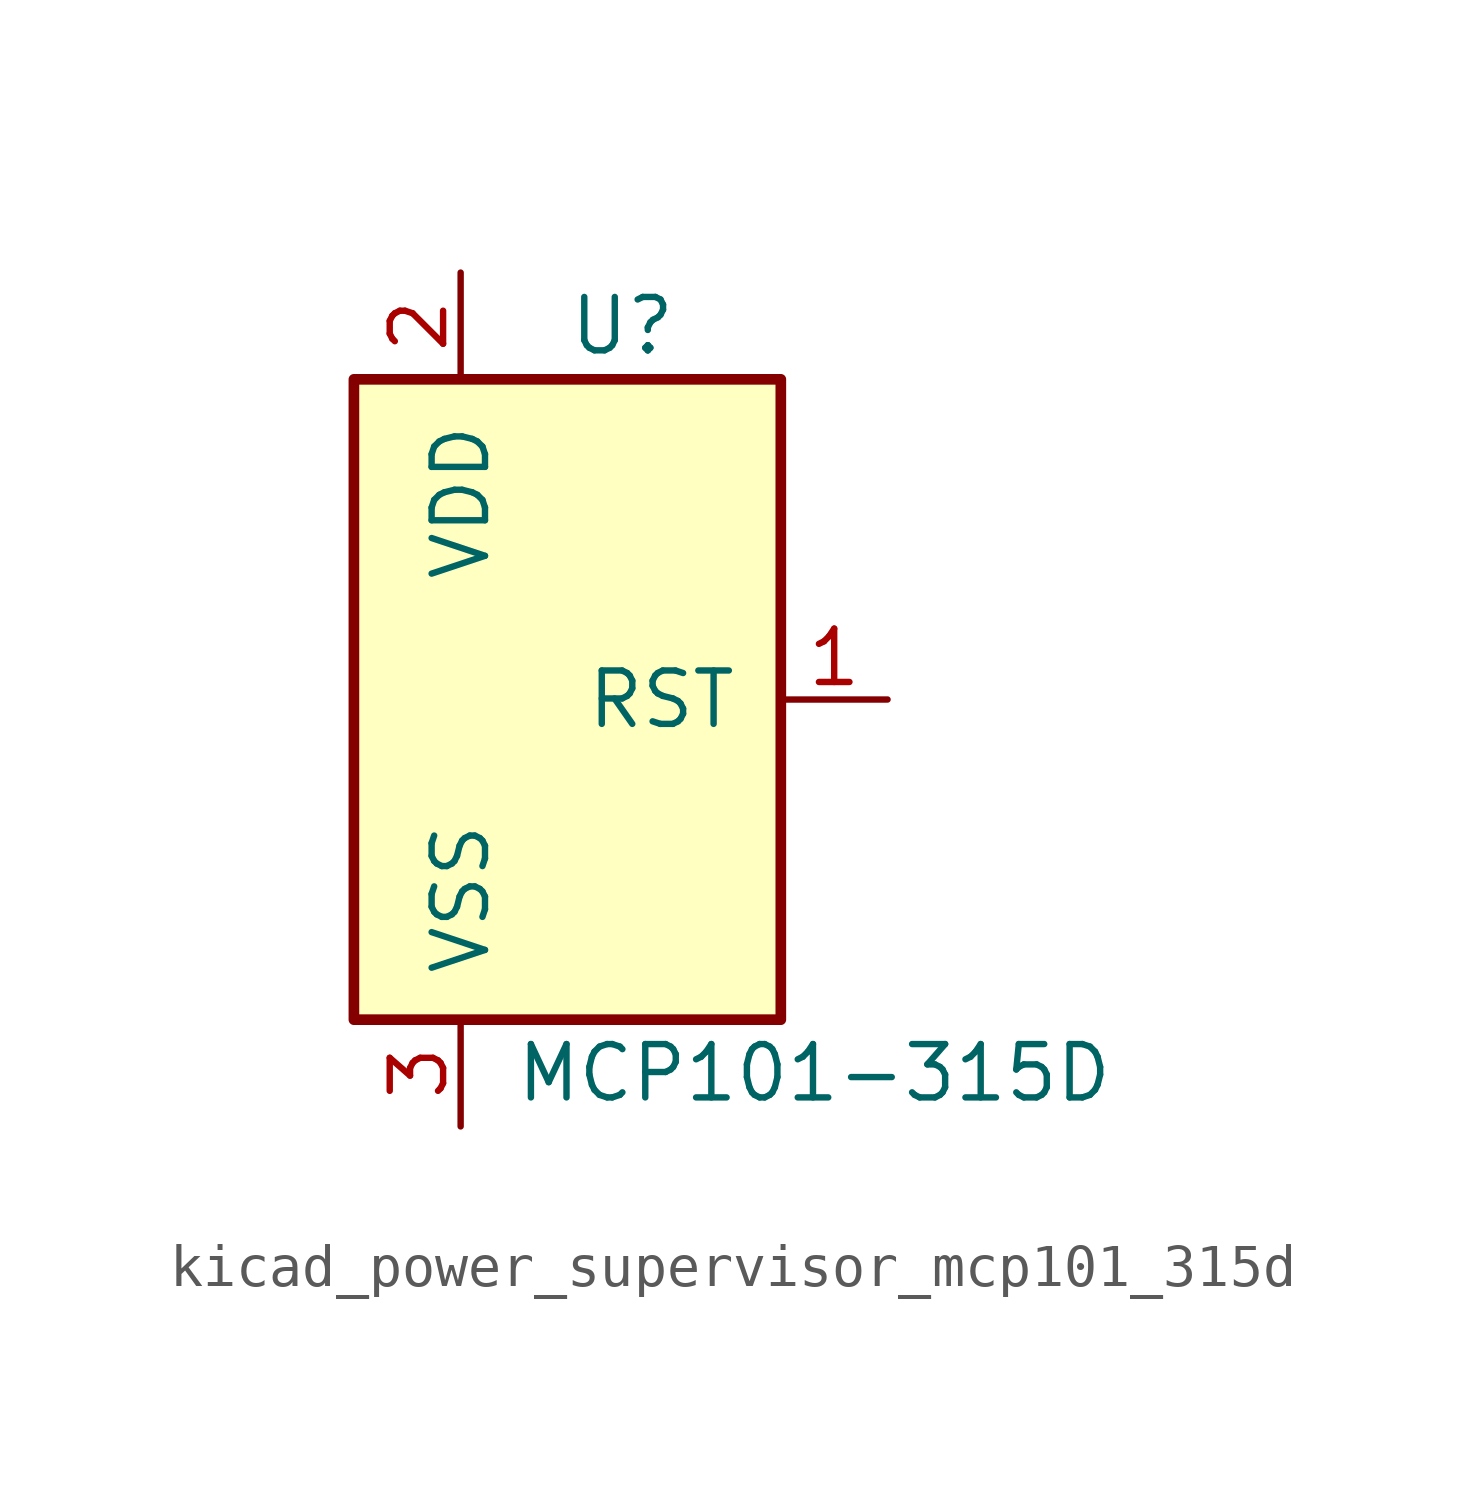
<source format=kicad_sym>
(kicad_symbol_lib
  (version 20220914)
  (generator kicad_symbol_editor)
  (symbol "kicad_power_supervisor_mcp101_315d"
    (pin_names
      (offset 1.016))
    (property "Reference" "U"
      (at 0 8.89 0)
      (effects (font (size 1.27 1.27)) (justify left)))
    (property "Value" "MCP101-315D"
      (at -1.27 -8.89 0)
      (effects (font (size 1.27 1.27)) (justify left)))
    (symbol "kicad_power_supervisor_mcp101_315d_1_1"
      (rectangle (start -5.08 7.62) (end 5.08 -7.62) (stroke (width 0.254) (type default)) (fill (type background)))
      (pin output line (at 7.62 0 180) (length 2.54) (name "RST" (effects (font (size 1.27 1.27)))) (number "1" (effects (font (size 1.27 1.27)))))
      (pin power_in line (at -2.54 10.16 270) (length 2.54) (name "VDD" (effects (font (size 1.27 1.27)))) (number "2" (effects (font (size 1.27 1.27)))))
      (pin power_in line (at -2.54 -10.16 90) (length 2.54) (name "VSS" (effects (font (size 1.27 1.27)))) (number "3" (effects (font (size 1.27 1.27))))))))
</source>
